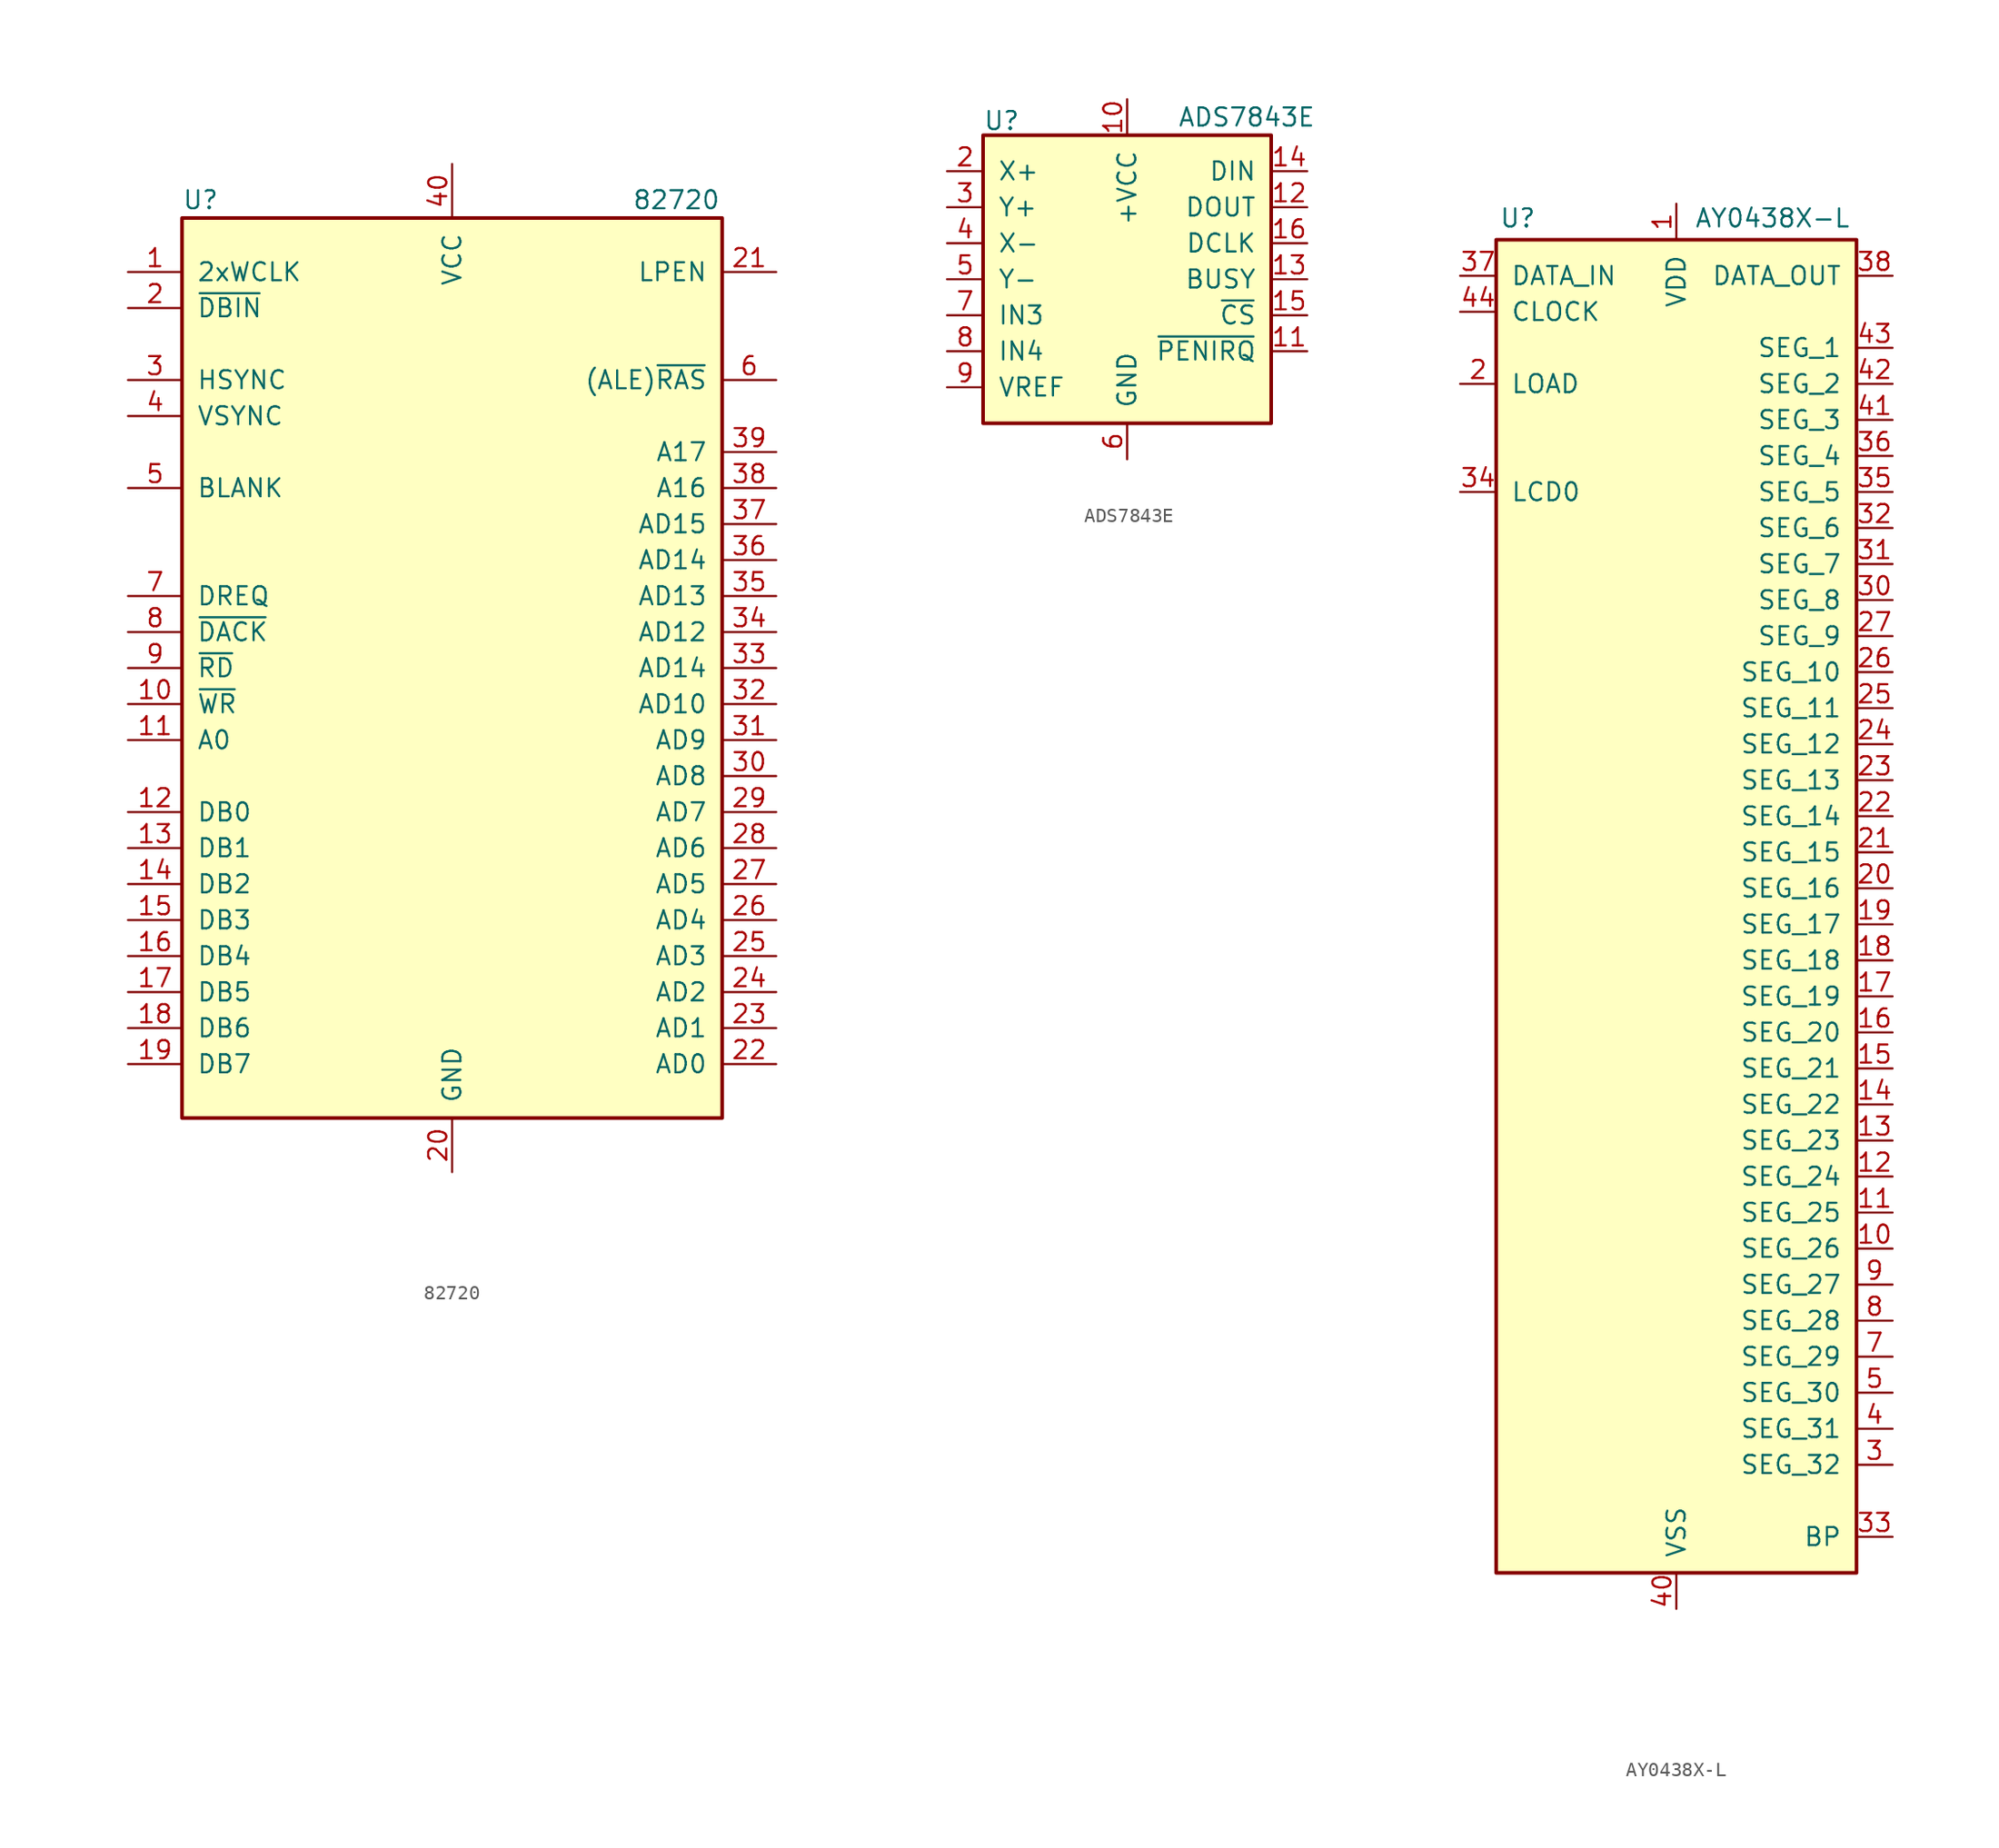
<source format=kicad_sym>
(kicad_symbol_lib
  (version 20241209)
  (generator "kicad_symbol_editor")
  (generator_version "9.0")
  (symbol "82720"
    (pin_names
      (offset 1.016))
    (property "Reference" "U"
      (at -19.05 33.02 0)
      (effects (font (size 1.27 1.27)) (justify left)))
    (property "Value" "82720"
      (at 12.7 33.02 0)
      (effects (font (size 1.27 1.27)) (justify left)))
    (symbol "82720_0_0"
      (rectangle (start -19.05 -31.75) (end 19.05 31.75) (stroke (width 0.254) (type default)) (fill (type background))))
    (symbol "82720_1_1"
      (pin input line (at -22.86 27.94 0) (length 3.81) (name "2xWCLK" (effects (font (size 1.27 1.27)))) (number "1" (effects (font (size 1.27 1.27)))))
      (pin input line (at -22.86 25.4 0) (length 3.81) (name "~{DBIN}" (effects (font (size 1.27 1.27)))) (number "2" (effects (font (size 1.27 1.27)))))
      (pin output line (at -22.86 20.32 0) (length 3.81) (name "HSYNC" (effects (font (size 1.27 1.27)))) (number "3" (effects (font (size 1.27 1.27)))))
      (pin bidirectional line (at -22.86 17.78 0) (length 3.81) (name "VSYNC" (effects (font (size 1.27 1.27)))) (number "4" (effects (font (size 1.27 1.27)))))
      (pin output line (at -22.86 12.7 0) (length 3.81) (name "BLANK" (effects (font (size 1.27 1.27)))) (number "5" (effects (font (size 1.27 1.27)))))
      (pin output line (at -22.86 5.08 0) (length 3.81) (name "DREQ" (effects (font (size 1.27 1.27)))) (number "7" (effects (font (size 1.27 1.27)))))
      (pin input line (at -22.86 2.54 0) (length 3.81) (name "~{DACK}" (effects (font (size 1.27 1.27)))) (number "8" (effects (font (size 1.27 1.27)))))
      (pin input line (at -22.86 0 0) (length 3.81) (name "~{RD}" (effects (font (size 1.27 1.27)))) (number "9" (effects (font (size 1.27 1.27)))))
      (pin input line (at -22.86 -2.54 0) (length 3.81) (name "~{WR}" (effects (font (size 1.27 1.27)))) (number "10" (effects (font (size 1.27 1.27)))))
      (pin input line (at -22.86 -5.08 0) (length 3.81) (name "A0" (effects (font (size 1.27 1.27)))) (number "11" (effects (font (size 1.27 1.27)))))
      (pin bidirectional line (at -22.86 -10.16 0) (length 3.81) (name "DB0" (effects (font (size 1.27 1.27)))) (number "12" (effects (font (size 1.27 1.27)))))
      (pin bidirectional line (at -22.86 -12.7 0) (length 3.81) (name "DB1" (effects (font (size 1.27 1.27)))) (number "13" (effects (font (size 1.27 1.27)))))
      (pin bidirectional line (at -22.86 -15.24 0) (length 3.81) (name "DB2" (effects (font (size 1.27 1.27)))) (number "14" (effects (font (size 1.27 1.27)))))
      (pin bidirectional line (at -22.86 -17.78 0) (length 3.81) (name "DB3" (effects (font (size 1.27 1.27)))) (number "15" (effects (font (size 1.27 1.27)))))
      (pin bidirectional line (at -22.86 -20.32 0) (length 3.81) (name "DB4" (effects (font (size 1.27 1.27)))) (number "16" (effects (font (size 1.27 1.27)))))
      (pin bidirectional line (at -22.86 -22.86 0) (length 3.81) (name "DB5" (effects (font (size 1.27 1.27)))) (number "17" (effects (font (size 1.27 1.27)))))
      (pin bidirectional line (at -22.86 -25.4 0) (length 3.81) (name "DB6" (effects (font (size 1.27 1.27)))) (number "18" (effects (font (size 1.27 1.27)))))
      (pin bidirectional line (at -22.86 -27.94 0) (length 3.81) (name "DB7" (effects (font (size 1.27 1.27)))) (number "19" (effects (font (size 1.27 1.27)))))
      (pin power_in line (at 0 35.56 270) (length 3.81) (name "VCC" (effects (font (size 1.27 1.27)))) (number "40" (effects (font (size 1.27 1.27)))))
      (pin power_in line (at 0 -35.56 90) (length 3.81) (name "GND" (effects (font (size 1.27 1.27)))) (number "20" (effects (font (size 1.27 1.27)))))
      (pin input line (at 22.86 27.94 180) (length 3.81) (name "LPEN" (effects (font (size 1.27 1.27)))) (number "21" (effects (font (size 1.27 1.27)))))
      (pin output line (at 22.86 20.32 180) (length 3.81) (name "(ALE)~{RAS}" (effects (font (size 1.27 1.27)))) (number "6" (effects (font (size 1.27 1.27)))))
      (pin output line (at 22.86 15.24 180) (length 3.81) (name "A17" (effects (font (size 1.27 1.27)))) (number "39" (effects (font (size 1.27 1.27)))))
      (pin output line (at 22.86 12.7 180) (length 3.81) (name "A16" (effects (font (size 1.27 1.27)))) (number "38" (effects (font (size 1.27 1.27)))))
      (pin bidirectional line (at 22.86 10.16 180) (length 3.81) (name "AD15" (effects (font (size 1.27 1.27)))) (number "37" (effects (font (size 1.27 1.27)))))
      (pin bidirectional line (at 22.86 7.62 180) (length 3.81) (name "AD14" (effects (font (size 1.27 1.27)))) (number "36" (effects (font (size 1.27 1.27)))))
      (pin bidirectional line (at 22.86 5.08 180) (length 3.81) (name "AD13" (effects (font (size 1.27 1.27)))) (number "35" (effects (font (size 1.27 1.27)))))
      (pin bidirectional line (at 22.86 2.54 180) (length 3.81) (name "AD12" (effects (font (size 1.27 1.27)))) (number "34" (effects (font (size 1.27 1.27)))))
      (pin bidirectional line (at 22.86 0 180) (length 3.81) (name "AD14" (effects (font (size 1.27 1.27)))) (number "33" (effects (font (size 1.27 1.27)))))
      (pin bidirectional line (at 22.86 -2.54 180) (length 3.81) (name "AD10" (effects (font (size 1.27 1.27)))) (number "32" (effects (font (size 1.27 1.27)))))
      (pin bidirectional line (at 22.86 -5.08 180) (length 3.81) (name "AD9" (effects (font (size 1.27 1.27)))) (number "31" (effects (font (size 1.27 1.27)))))
      (pin bidirectional line (at 22.86 -7.62 180) (length 3.81) (name "AD8" (effects (font (size 1.27 1.27)))) (number "30" (effects (font (size 1.27 1.27)))))
      (pin bidirectional line (at 22.86 -10.16 180) (length 3.81) (name "AD7" (effects (font (size 1.27 1.27)))) (number "29" (effects (font (size 1.27 1.27)))))
      (pin bidirectional line (at 22.86 -12.7 180) (length 3.81) (name "AD6" (effects (font (size 1.27 1.27)))) (number "28" (effects (font (size 1.27 1.27)))))
      (pin bidirectional line (at 22.86 -15.24 180) (length 3.81) (name "AD5" (effects (font (size 1.27 1.27)))) (number "27" (effects (font (size 1.27 1.27)))))
      (pin bidirectional line (at 22.86 -17.78 180) (length 3.81) (name "AD4" (effects (font (size 1.27 1.27)))) (number "26" (effects (font (size 1.27 1.27)))))
      (pin bidirectional line (at 22.86 -20.32 180) (length 3.81) (name "AD3" (effects (font (size 1.27 1.27)))) (number "25" (effects (font (size 1.27 1.27)))))
      (pin bidirectional line (at 22.86 -22.86 180) (length 3.81) (name "AD2" (effects (font (size 1.27 1.27)))) (number "24" (effects (font (size 1.27 1.27)))))
      (pin bidirectional line (at 22.86 -25.4 180) (length 3.81) (name "AD1" (effects (font (size 1.27 1.27)))) (number "23" (effects (font (size 1.27 1.27)))))
      (pin bidirectional line (at 22.86 -27.94 180) (length 3.81) (name "AD0" (effects (font (size 1.27 1.27)))) (number "22" (effects (font (size 1.27 1.27)))))))
  (symbol "ADS7843E"
    (pin_names
      (offset 1.016))
    (property "Reference" "U"
      (at -10.16 11.176 0)
      (effects (font (size 1.27 1.27)) (justify left)))
    (property "Value" "ADS7843E"
      (at 3.556 11.43 0)
      (effects (font (size 1.27 1.27)) (justify left)))
    (symbol "ADS7843E_0_1"
      (rectangle (start -10.16 10.16) (end 10.16 -10.16) (stroke (width 0.254) (type default)) (fill (type background))))
    (symbol "ADS7843E_1_1"
      (pin input line (at -12.7 7.62 0) (length 2.54) (name "X+" (effects (font (size 1.27 1.27)))) (number "2" (effects (font (size 1.27 1.27)))))
      (pin input line (at -12.7 5.08 0) (length 2.54) (name "Y+" (effects (font (size 1.27 1.27)))) (number "3" (effects (font (size 1.27 1.27)))))
      (pin input line (at -12.7 2.54 0) (length 2.54) (name "X-" (effects (font (size 1.27 1.27)))) (number "4" (effects (font (size 1.27 1.27)))))
      (pin input line (at -12.7 0 0) (length 2.54) (name "Y-" (effects (font (size 1.27 1.27)))) (number "5" (effects (font (size 1.27 1.27)))))
      (pin input line (at -12.7 -2.54 0) (length 2.54) (name "IN3" (effects (font (size 1.27 1.27)))) (number "7" (effects (font (size 1.27 1.27)))))
      (pin input line (at -12.7 -5.08 0) (length 2.54) (name "IN4" (effects (font (size 1.27 1.27)))) (number "8" (effects (font (size 1.27 1.27)))))
      (pin input line (at -12.7 -7.62 0) (length 2.54) (name "VREF" (effects (font (size 1.27 1.27)))) (number "9" (effects (font (size 1.27 1.27)))))
      (pin passive line (at 0 12.7 270) (length 2.54) (hide yes) (name "+VCC" (effects (font (size 1.27 1.27)))) (number "1" (effects (font (size 1.27 1.27)))))
      (pin power_in line (at 0 12.7 270) (length 2.54) (name "+VCC" (effects (font (size 1.27 1.27)))) (number "10" (effects (font (size 1.27 1.27)))))
      (pin power_in line (at 0 -12.7 90) (length 2.54) (name "GND" (effects (font (size 1.27 1.27)))) (number "6" (effects (font (size 1.27 1.27)))))
      (pin input line (at 12.7 7.62 180) (length 2.54) (name "DIN" (effects (font (size 1.27 1.27)))) (number "14" (effects (font (size 1.27 1.27)))))
      (pin output line (at 12.7 5.08 180) (length 2.54) (name "DOUT" (effects (font (size 1.27 1.27)))) (number "12" (effects (font (size 1.27 1.27)))))
      (pin input line (at 12.7 2.54 180) (length 2.54) (name "DCLK" (effects (font (size 1.27 1.27)))) (number "16" (effects (font (size 1.27 1.27)))))
      (pin output line (at 12.7 0 180) (length 2.54) (name "BUSY" (effects (font (size 1.27 1.27)))) (number "13" (effects (font (size 1.27 1.27)))))
      (pin input line (at 12.7 -2.54 180) (length 2.54) (name "~{CS}" (effects (font (size 1.27 1.27)))) (number "15" (effects (font (size 1.27 1.27)))))
      (pin open_collector line (at 12.7 -5.08 180) (length 2.54) (name "~{PENIRQ}" (effects (font (size 1.27 1.27)))) (number "11" (effects (font (size 1.27 1.27)))))))
  (symbol "AY0438X-L"
    (pin_names
      (offset 1.016))
    (property "Reference" "U"
      (at -11.176 47.244 0)
      (effects (font (size 1.27 1.27))))
    (property "Value" "AY0438X-L"
      (at 1.27 47.244 0)
      (effects (font (size 1.27 1.27)) (justify left)))
    (symbol "AY0438X-L_0_1"
      (rectangle (start -12.7 45.72) (end 12.7 -48.26) (stroke (width 0.254) (type default)) (fill (type background))))
    (symbol "AY0438X-L_1_1"
      (pin input line (at -15.24 43.18 0) (length 2.54) (name "DATA_IN" (effects (font (size 1.27 1.27)))) (number "37" (effects (font (size 1.27 1.27)))))
      (pin input line (at -15.24 40.64 0) (length 2.54) (name "CLOCK" (effects (font (size 1.27 1.27)))) (number "44" (effects (font (size 1.27 1.27)))))
      (pin input line (at -15.24 35.56 0) (length 2.54) (name "LOAD" (effects (font (size 1.27 1.27)))) (number "2" (effects (font (size 1.27 1.27)))))
      (pin input line (at -15.24 27.94 0) (length 2.54) (name "LCD0" (effects (font (size 1.27 1.27)))) (number "34" (effects (font (size 1.27 1.27)))))
      (pin no_connect line (at -12.7 -33.02 0) (length 2.54) (hide yes) (name "NC" (effects (font (size 1.27 1.27)))) (number "39" (effects (font (size 1.27 1.27)))))
      (pin no_connect line (at -12.7 -35.56 0) (length 2.54) (hide yes) (name "NC" (effects (font (size 1.27 1.27)))) (number "29" (effects (font (size 1.27 1.27)))))
      (pin no_connect line (at -12.7 -38.1 0) (length 2.54) (hide yes) (name "NC" (effects (font (size 1.27 1.27)))) (number "28" (effects (font (size 1.27 1.27)))))
      (pin no_connect line (at -12.7 -40.64 0) (length 2.54) (hide yes) (name "NC" (effects (font (size 1.27 1.27)))) (number "6" (effects (font (size 1.27 1.27)))))
      (pin power_in line (at 0 48.26 270) (length 2.54) (name "VDD" (effects (font (size 1.27 1.27)))) (number "1" (effects (font (size 1.27 1.27)))))
      (pin power_in line (at 0 -50.8 90) (length 2.54) (name "VSS" (effects (font (size 1.27 1.27)))) (number "40" (effects (font (size 1.27 1.27)))))
      (pin output line (at 15.24 43.18 180) (length 2.54) (name "DATA_OUT" (effects (font (size 1.27 1.27)))) (number "38" (effects (font (size 1.27 1.27)))))
      (pin output line (at 15.24 38.1 180) (length 2.54) (name "SEG_1" (effects (font (size 1.27 1.27)))) (number "43" (effects (font (size 1.27 1.27)))))
      (pin output line (at 15.24 35.56 180) (length 2.54) (name "SEG_2" (effects (font (size 1.27 1.27)))) (number "42" (effects (font (size 1.27 1.27)))))
      (pin output line (at 15.24 33.02 180) (length 2.54) (name "SEG_3" (effects (font (size 1.27 1.27)))) (number "41" (effects (font (size 1.27 1.27)))))
      (pin output line (at 15.24 30.48 180) (length 2.54) (name "SEG_4" (effects (font (size 1.27 1.27)))) (number "36" (effects (font (size 1.27 1.27)))))
      (pin output line (at 15.24 27.94 180) (length 2.54) (name "SEG_5" (effects (font (size 1.27 1.27)))) (number "35" (effects (font (size 1.27 1.27)))))
      (pin output line (at 15.24 25.4 180) (length 2.54) (name "SEG_6" (effects (font (size 1.27 1.27)))) (number "32" (effects (font (size 1.27 1.27)))))
      (pin output line (at 15.24 22.86 180) (length 2.54) (name "SEG_7" (effects (font (size 1.27 1.27)))) (number "31" (effects (font (size 1.27 1.27)))))
      (pin output line (at 15.24 20.32 180) (length 2.54) (name "SEG_8" (effects (font (size 1.27 1.27)))) (number "30" (effects (font (size 1.27 1.27)))))
      (pin output line (at 15.24 17.78 180) (length 2.54) (name "SEG_9" (effects (font (size 1.27 1.27)))) (number "27" (effects (font (size 1.27 1.27)))))
      (pin output line (at 15.24 15.24 180) (length 2.54) (name "SEG_10" (effects (font (size 1.27 1.27)))) (number "26" (effects (font (size 1.27 1.27)))))
      (pin output line (at 15.24 12.7 180) (length 2.54) (name "SEG_11" (effects (font (size 1.27 1.27)))) (number "25" (effects (font (size 1.27 1.27)))))
      (pin output line (at 15.24 10.16 180) (length 2.54) (name "SEG_12" (effects (font (size 1.27 1.27)))) (number "24" (effects (font (size 1.27 1.27)))))
      (pin output line (at 15.24 7.62 180) (length 2.54) (name "SEG_13" (effects (font (size 1.27 1.27)))) (number "23" (effects (font (size 1.27 1.27)))))
      (pin output line (at 15.24 5.08 180) (length 2.54) (name "SEG_14" (effects (font (size 1.27 1.27)))) (number "22" (effects (font (size 1.27 1.27)))))
      (pin output line (at 15.24 2.54 180) (length 2.54) (name "SEG_15" (effects (font (size 1.27 1.27)))) (number "21" (effects (font (size 1.27 1.27)))))
      (pin output line (at 15.24 0 180) (length 2.54) (name "SEG_16" (effects (font (size 1.27 1.27)))) (number "20" (effects (font (size 1.27 1.27)))))
      (pin output line (at 15.24 -2.54 180) (length 2.54) (name "SEG_17" (effects (font (size 1.27 1.27)))) (number "19" (effects (font (size 1.27 1.27)))))
      (pin output line (at 15.24 -5.08 180) (length 2.54) (name "SEG_18" (effects (font (size 1.27 1.27)))) (number "18" (effects (font (size 1.27 1.27)))))
      (pin output line (at 15.24 -7.62 180) (length 2.54) (name "SEG_19" (effects (font (size 1.27 1.27)))) (number "17" (effects (font (size 1.27 1.27)))))
      (pin output line (at 15.24 -10.16 180) (length 2.54) (name "SEG_20" (effects (font (size 1.27 1.27)))) (number "16" (effects (font (size 1.27 1.27)))))
      (pin output line (at 15.24 -12.7 180) (length 2.54) (name "SEG_21" (effects (font (size 1.27 1.27)))) (number "15" (effects (font (size 1.27 1.27)))))
      (pin output line (at 15.24 -15.24 180) (length 2.54) (name "SEG_22" (effects (font (size 1.27 1.27)))) (number "14" (effects (font (size 1.27 1.27)))))
      (pin output line (at 15.24 -17.78 180) (length 2.54) (name "SEG_23" (effects (font (size 1.27 1.27)))) (number "13" (effects (font (size 1.27 1.27)))))
      (pin output line (at 15.24 -20.32 180) (length 2.54) (name "SEG_24" (effects (font (size 1.27 1.27)))) (number "12" (effects (font (size 1.27 1.27)))))
      (pin output line (at 15.24 -22.86 180) (length 2.54) (name "SEG_25" (effects (font (size 1.27 1.27)))) (number "11" (effects (font (size 1.27 1.27)))))
      (pin output line (at 15.24 -25.4 180) (length 2.54) (name "SEG_26" (effects (font (size 1.27 1.27)))) (number "10" (effects (font (size 1.27 1.27)))))
      (pin output line (at 15.24 -27.94 180) (length 2.54) (name "SEG_27" (effects (font (size 1.27 1.27)))) (number "9" (effects (font (size 1.27 1.27)))))
      (pin output line (at 15.24 -30.48 180) (length 2.54) (name "SEG_28" (effects (font (size 1.27 1.27)))) (number "8" (effects (font (size 1.27 1.27)))))
      (pin output line (at 15.24 -33.02 180) (length 2.54) (name "SEG_29" (effects (font (size 1.27 1.27)))) (number "7" (effects (font (size 1.27 1.27)))))
      (pin output line (at 15.24 -35.56 180) (length 2.54) (name "SEG_30" (effects (font (size 1.27 1.27)))) (number "5" (effects (font (size 1.27 1.27)))))
      (pin output line (at 15.24 -38.1 180) (length 2.54) (name "SEG_31" (effects (font (size 1.27 1.27)))) (number "4" (effects (font (size 1.27 1.27)))))
      (pin output line (at 15.24 -40.64 180) (length 2.54) (name "SEG_32" (effects (font (size 1.27 1.27)))) (number "3" (effects (font (size 1.27 1.27)))))
      (pin output line (at 15.24 -45.72 180) (length 2.54) (name "BP" (effects (font (size 1.27 1.27)))) (number "33" (effects (font (size 1.27 1.27))))))))
</source>
